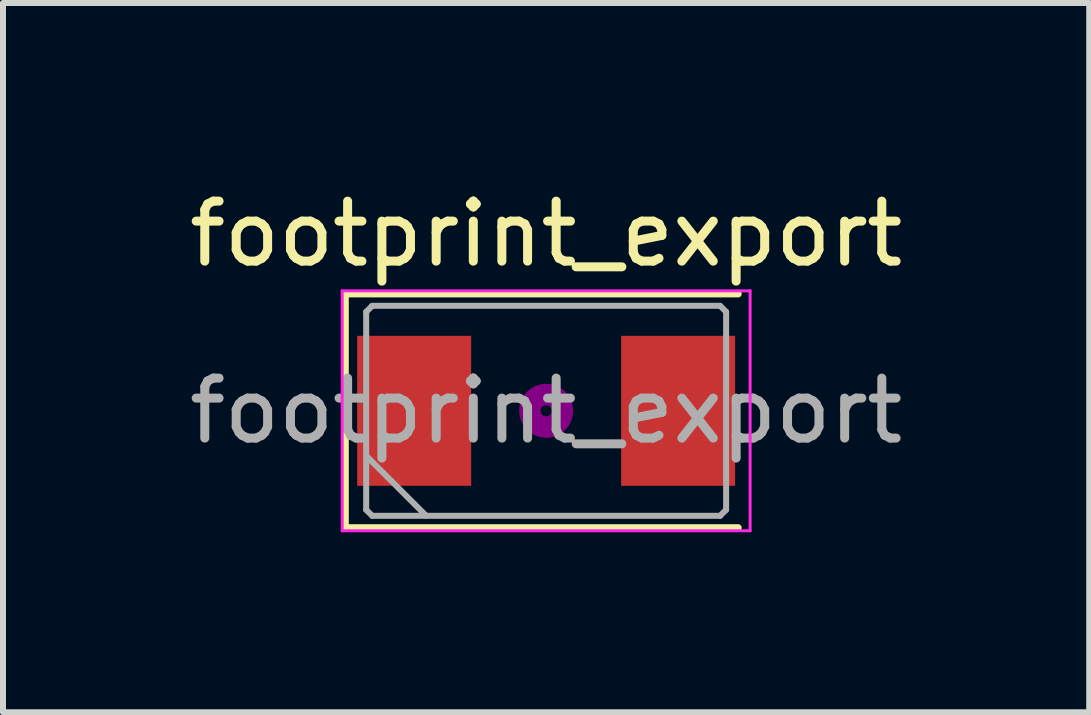
<source format=kicad_pcb>
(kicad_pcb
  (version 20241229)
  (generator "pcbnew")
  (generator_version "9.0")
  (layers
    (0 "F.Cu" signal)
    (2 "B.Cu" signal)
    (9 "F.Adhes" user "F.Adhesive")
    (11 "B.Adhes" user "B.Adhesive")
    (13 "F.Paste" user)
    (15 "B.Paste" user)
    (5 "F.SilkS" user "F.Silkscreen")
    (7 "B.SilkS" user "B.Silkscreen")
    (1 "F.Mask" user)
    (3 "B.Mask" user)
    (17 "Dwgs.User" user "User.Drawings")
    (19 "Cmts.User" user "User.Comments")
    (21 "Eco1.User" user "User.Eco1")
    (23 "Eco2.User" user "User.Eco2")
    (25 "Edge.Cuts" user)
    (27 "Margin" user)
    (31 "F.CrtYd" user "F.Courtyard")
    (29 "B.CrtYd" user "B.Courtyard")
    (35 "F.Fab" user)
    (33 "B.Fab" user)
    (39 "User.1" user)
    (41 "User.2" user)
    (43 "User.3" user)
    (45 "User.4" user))
  (footprint "footprint_export"
    (layer "F.Cu")
    (at 6.054 3.798)
    (property "Reference" "footprint_export" (at 0 -2.95 0) (layer "F.SilkS") (effects (font (size 1 1) (thickness 0.15))))
    (attr smd)
    (fp_line (start -3.35 -1.95) (end -3.35 1.95) (stroke (width 0.12) (type solid)) (layer "F.SilkS"))
    (fp_line (start -3.35 1.95) (end 3.2 1.95) (stroke (width 0.12) (type solid)) (layer "F.SilkS"))
    (fp_line (start 3.2 -1.95) (end -3.35 -1.95) (stroke (width 0.12) (type solid)) (layer "F.SilkS"))
    (fp_circle (center 0 0) (end 0.093 0) (stroke (width 0.187) (type solid)) (fill no) (layer "F.Adhes"))
    (fp_circle (center 0 0) (end 0.213 0) (stroke (width 0.133) (type solid)) (fill no) (layer "F.Adhes"))
    (fp_circle (center 0 0) (end 0.333 0) (stroke (width 0.133) (type solid)) (fill no) (layer "F.Adhes"))
    (fp_circle (center 0 0) (end 0.4 0) (stroke (width 0.1) (type solid)) (fill no) (layer "F.Adhes"))
    (fp_line (start -3.4 -2) (end -3.4 2) (stroke (width 0.05) (type solid)) (layer "F.CrtYd"))
    (fp_line (start -3.4 2) (end 3.4 2) (stroke (width 0.05) (type solid)) (layer "F.CrtYd"))
    (fp_line (start 3.4 -2) (end -3.4 -2) (stroke (width 0.05) (type solid)) (layer "F.CrtYd"))
    (fp_line (start 3.4 2) (end 3.4 -2) (stroke (width 0.05) (type solid)) (layer "F.CrtYd"))
    (fp_line (start -3 -1.65) (end -2.9 -1.75) (stroke (width 0.1) (type solid)) (layer "F.Fab"))
    (fp_line (start -3 0.75) (end -2 1.75) (stroke (width 0.1) (type solid)) (layer "F.Fab"))
    (fp_line (start -3 1.65) (end -3 -1.65) (stroke (width 0.1) (type solid)) (layer "F.Fab"))
    (fp_line (start -2.9 -1.75) (end 2.9 -1.75) (stroke (width 0.1) (type solid)) (layer "F.Fab"))
    (fp_line (start -2.9 1.75) (end -3 1.65) (stroke (width 0.1) (type solid)) (layer "F.Fab"))
    (fp_line (start 2.9 -1.75) (end 3 -1.65) (stroke (width 0.1) (type solid)) (layer "F.Fab"))
    (fp_line (start 2.9 1.75) (end -2.9 1.75) (stroke (width 0.1) (type solid)) (layer "F.Fab"))
    (fp_line (start 3 -1.65) (end 3 1.65) (stroke (width 0.1) (type solid)) (layer "F.Fab"))
    (fp_line (start 3 1.65) (end 2.9 1.75) (stroke (width 0.1) (type solid)) (layer "F.Fab"))
    (fp_text user "${REFERENCE}" (at 0 0 0) (layer "F.Fab") (effects (font (size 1 1) (thickness 0.15))))
    (pad "1" smd rect (at -2.2 0) (size 1.9 2.5) (layers "F.Cu" "F.Mask" "F.Paste"))
    (pad "2" smd rect (at 2.2 0) (size 1.9 2.5) (layers "F.Cu" "F.Mask" "F.Paste")))
  (gr_rect
    (start -3 -3)
    (end 15.107 8.823)
    (stroke (width 0.1) (type default))
    (fill no)
    (layer "Edge.Cuts")))
</source>
